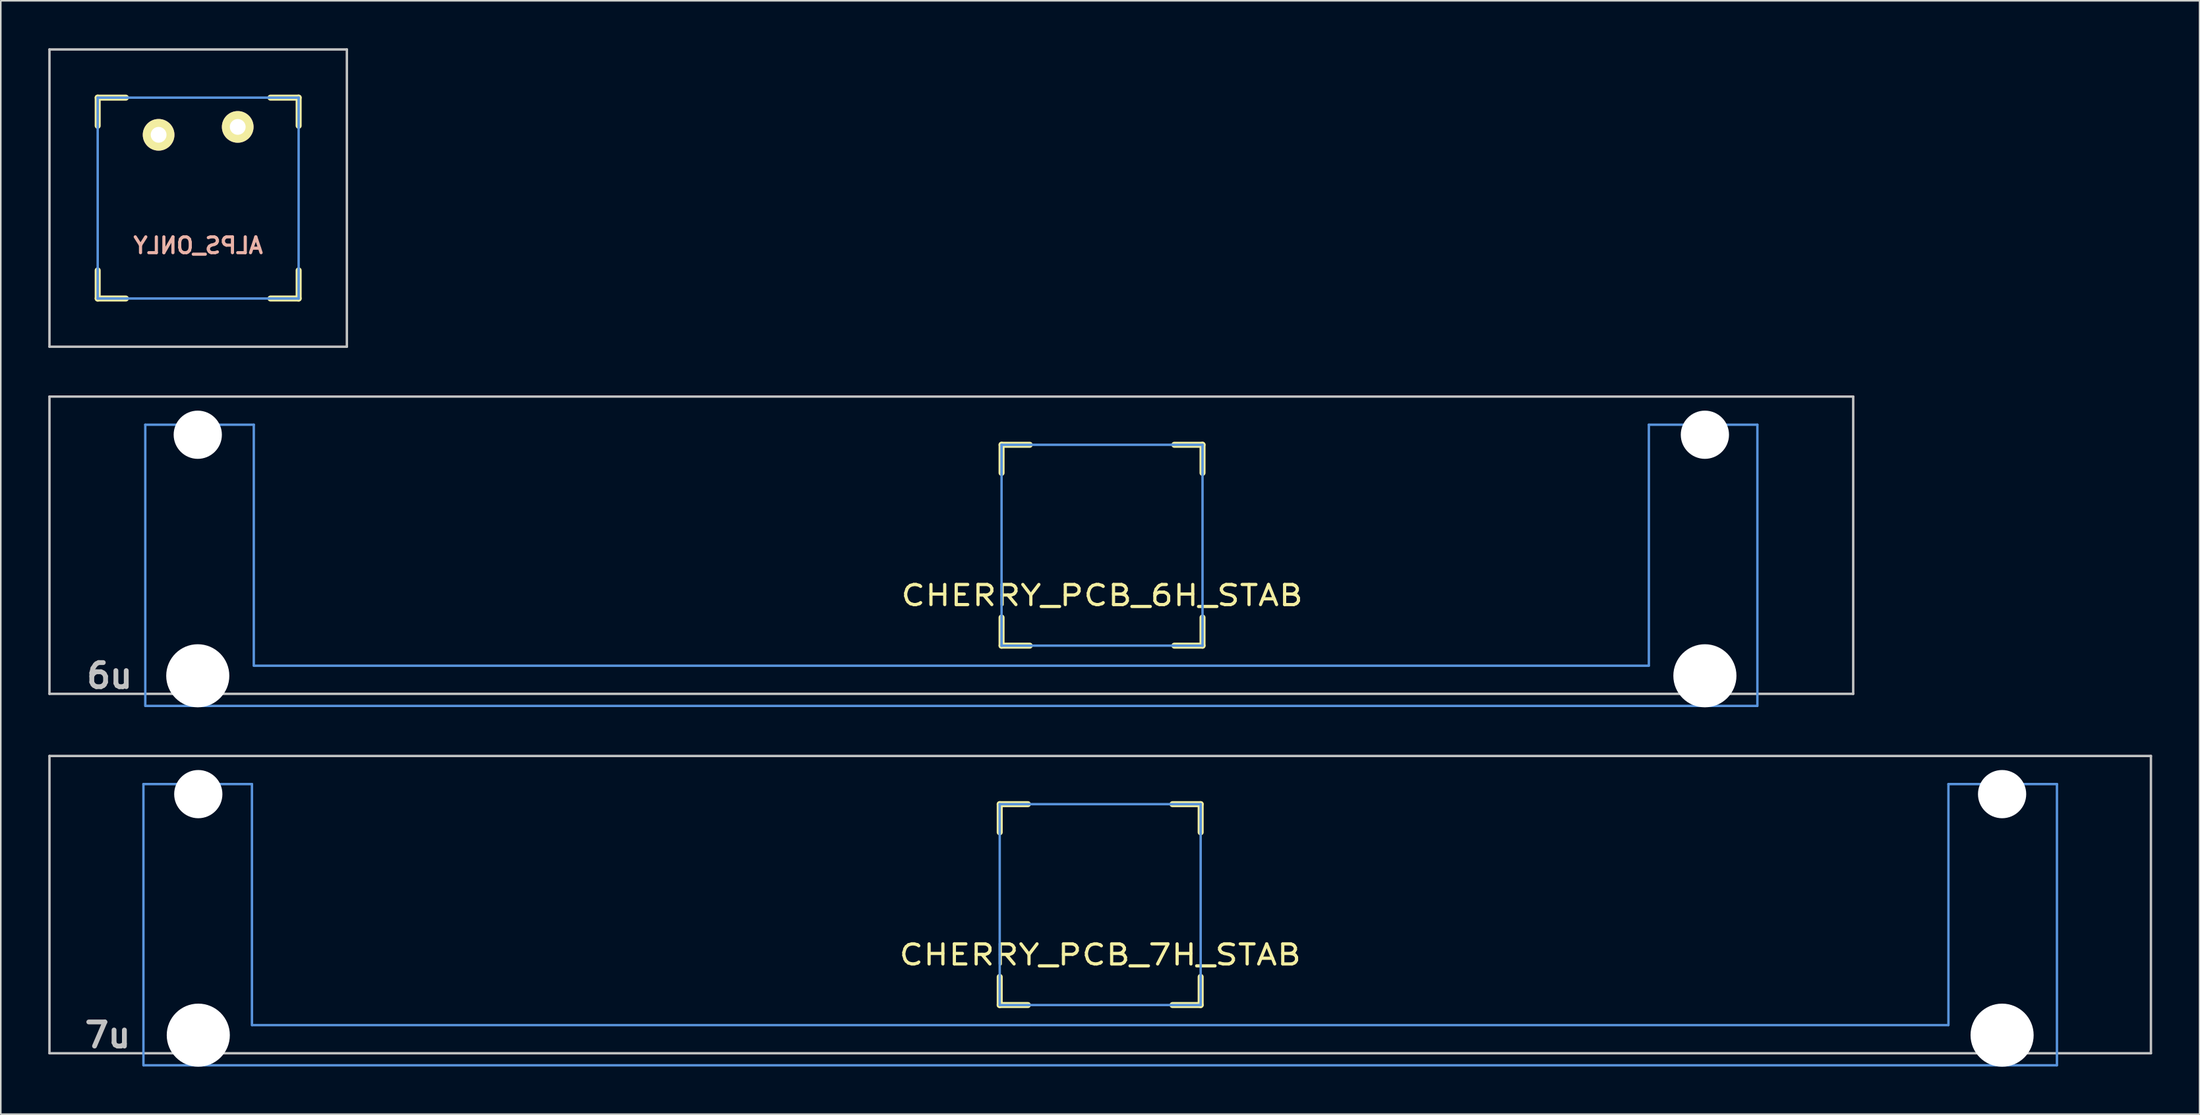
<source format=kicad_pcb>
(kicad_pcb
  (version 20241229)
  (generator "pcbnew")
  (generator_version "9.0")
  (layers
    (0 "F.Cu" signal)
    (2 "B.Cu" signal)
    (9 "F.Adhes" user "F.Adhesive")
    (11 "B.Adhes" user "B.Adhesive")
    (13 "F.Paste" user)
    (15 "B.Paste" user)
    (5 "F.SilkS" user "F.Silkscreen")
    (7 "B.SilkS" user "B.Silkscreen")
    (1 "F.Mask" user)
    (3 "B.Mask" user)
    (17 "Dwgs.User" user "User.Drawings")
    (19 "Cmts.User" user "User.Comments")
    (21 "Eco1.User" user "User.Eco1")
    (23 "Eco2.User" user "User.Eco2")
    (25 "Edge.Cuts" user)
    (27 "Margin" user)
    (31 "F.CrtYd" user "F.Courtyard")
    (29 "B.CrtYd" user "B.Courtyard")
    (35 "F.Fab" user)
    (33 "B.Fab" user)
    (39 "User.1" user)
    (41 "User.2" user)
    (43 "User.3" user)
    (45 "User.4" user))
  (footprint "CHERRY_PCB_6H_STAB"
    (layer "F.Cu")
    (at 57.074 31.423)
    (property "Reference" "CHERRY_PCB_6H_STAB" (at 9.525 3.175 0) (layer "F.SilkS") (effects (font (size 1.27 1.524) (thickness 0.203))))
    (attr through_hole)
    (fp_line (start 3.175 -6.35) (end 4.953 -6.35) (stroke (width 0.381) (type solid)) (layer "F.SilkS"))
    (fp_line (start 3.175 -4.572) (end 3.175 -6.35) (stroke (width 0.381) (type solid)) (layer "F.SilkS"))
    (fp_line (start 3.175 6.35) (end 3.175 4.572) (stroke (width 0.381) (type solid)) (layer "F.SilkS"))
    (fp_line (start 4.953 6.35) (end 3.175 6.35) (stroke (width 0.381) (type solid)) (layer "F.SilkS"))
    (fp_line (start 14.097 -6.35) (end 15.875 -6.35) (stroke (width 0.381) (type solid)) (layer "F.SilkS"))
    (fp_line (start 15.875 -6.35) (end 15.875 -4.572) (stroke (width 0.381) (type solid)) (layer "F.SilkS"))
    (fp_line (start 15.875 4.572) (end 15.875 6.35) (stroke (width 0.381) (type solid)) (layer "F.SilkS"))
    (fp_line (start 15.875 6.35) (end 14.097 6.35) (stroke (width 0.381) (type solid)) (layer "F.SilkS"))
    (fp_line (start -56.998 -9.398) (end 56.998 -9.398) (stroke (width 0.152) (type solid)) (layer "Dwgs.User"))
    (fp_line (start -56.998 9.398) (end -56.998 -9.398) (stroke (width 0.152) (type solid)) (layer "Dwgs.User"))
    (fp_line (start 56.998 -9.398) (end 56.998 9.398) (stroke (width 0.152) (type solid)) (layer "Dwgs.User"))
    (fp_line (start 56.998 9.398) (end -56.998 9.398) (stroke (width 0.152) (type solid)) (layer "Dwgs.User"))
    (fp_line (start -50.942 -7.62) (end -50.942 10.16) (stroke (width 0.152) (type solid)) (layer "Cmts.User"))
    (fp_line (start -50.927 10.16) (end 50.927 10.16) (stroke (width 0.152) (type solid)) (layer "Cmts.User"))
    (fp_line (start -44.084 -7.62) (end -50.942 -7.62) (stroke (width 0.152) (type solid)) (layer "Cmts.User"))
    (fp_line (start -44.084 7.62) (end -44.084 -7.62) (stroke (width 0.152) (type solid)) (layer "Cmts.User"))
    (fp_line (start 3.175 -6.35) (end 15.875 -6.35) (stroke (width 0.152) (type solid)) (layer "Cmts.User"))
    (fp_line (start 3.175 6.35) (end 3.175 -6.35) (stroke (width 0.152) (type solid)) (layer "Cmts.User"))
    (fp_line (start 15.875 -6.35) (end 15.875 6.35) (stroke (width 0.152) (type solid)) (layer "Cmts.User"))
    (fp_line (start 15.875 6.35) (end 3.175 6.35) (stroke (width 0.152) (type solid)) (layer "Cmts.User"))
    (fp_line (start 44.069 7.62) (end -44.069 7.62) (stroke (width 0.152) (type solid)) (layer "Cmts.User"))
    (fp_line (start 44.084 -7.62) (end 44.084 7.62) (stroke (width 0.152) (type solid)) (layer "Cmts.User"))
    (fp_line (start 50.942 -7.62) (end 44.084 -7.62) (stroke (width 0.152) (type solid)) (layer "Cmts.User"))
    (fp_line (start 50.942 10.16) (end 50.942 -7.62) (stroke (width 0.152) (type solid)) (layer "Cmts.User"))
    (fp_line (start -51.704 -2.286) (end -50.84 -2.286) (stroke (width 0.152) (type solid)) (layer "Eco2.User"))
    (fp_line (start -51.704 0.508) (end -51.704 -2.286) (stroke (width 0.152) (type solid)) (layer "Eco2.User"))
    (fp_line (start -50.84 -5.69) (end -44.186 -5.69) (stroke (width 0.152) (type solid)) (layer "Eco2.User"))
    (fp_line (start -50.84 -2.286) (end -50.84 -5.69) (stroke (width 0.152) (type solid)) (layer "Eco2.User"))
    (fp_line (start -50.84 0.508) (end -51.704 0.508) (stroke (width 0.152) (type solid)) (layer "Eco2.User"))
    (fp_line (start -50.84 6.604) (end -50.84 0.508) (stroke (width 0.152) (type solid)) (layer "Eco2.User"))
    (fp_line (start -49.799 6.604) (end -50.84 6.604) (stroke (width 0.152) (type solid)) (layer "Eco2.User"))
    (fp_line (start -49.799 7.772) (end -49.799 6.604) (stroke (width 0.152) (type solid)) (layer "Eco2.User"))
    (fp_line (start -45.227 6.604) (end -45.227 7.772) (stroke (width 0.152) (type solid)) (layer "Eco2.User"))
    (fp_line (start -45.227 7.772) (end -49.799 7.772) (stroke (width 0.152) (type solid)) (layer "Eco2.User"))
    (fp_line (start -44.196 -2.286) (end 2.54 -2.286) (stroke (width 0.152) (type solid)) (layer "Eco2.User"))
    (fp_line (start -44.186 -5.69) (end -44.186 -2.286) (stroke (width 0.152) (type solid)) (layer "Eco2.User"))
    (fp_line (start -44.186 2.286) (end -44.186 6.604) (stroke (width 0.152) (type solid)) (layer "Eco2.User"))
    (fp_line (start -44.186 6.604) (end -45.227 6.604) (stroke (width 0.152) (type solid)) (layer "Eco2.User"))
    (fp_line (start 2.54 -6.985) (end 16.51 -6.985) (stroke (width 0.152) (type solid)) (layer "Eco2.User"))
    (fp_line (start 2.54 -2.286) (end 2.54 -6.985) (stroke (width 0.152) (type solid)) (layer "Eco2.User"))
    (fp_line (start 2.54 2.286) (end -44.196 2.286) (stroke (width 0.152) (type solid)) (layer "Eco2.User"))
    (fp_line (start 2.54 6.985) (end 2.54 2.286) (stroke (width 0.152) (type solid)) (layer "Eco2.User"))
    (fp_line (start 16.51 -6.985) (end 16.51 -2.286) (stroke (width 0.152) (type solid)) (layer "Eco2.User"))
    (fp_line (start 16.51 -2.286) (end 44.196 -2.286) (stroke (width 0.152) (type solid)) (layer "Eco2.User"))
    (fp_line (start 16.51 2.286) (end 16.51 6.985) (stroke (width 0.152) (type solid)) (layer "Eco2.User"))
    (fp_line (start 16.51 6.985) (end 2.54 6.985) (stroke (width 0.152) (type solid)) (layer "Eco2.User"))
    (fp_line (start 44.186 -5.69) (end 50.84 -5.69) (stroke (width 0.152) (type solid)) (layer "Eco2.User"))
    (fp_line (start 44.186 -2.286) (end 44.186 -5.69) (stroke (width 0.152) (type solid)) (layer "Eco2.User"))
    (fp_line (start 44.186 6.604) (end 44.186 2.286) (stroke (width 0.152) (type solid)) (layer "Eco2.User"))
    (fp_line (start 44.196 2.286) (end 16.51 2.286) (stroke (width 0.152) (type solid)) (layer "Eco2.User"))
    (fp_line (start 45.227 6.604) (end 44.186 6.604) (stroke (width 0.152) (type solid)) (layer "Eco2.User"))
    (fp_line (start 45.227 7.772) (end 45.227 6.604) (stroke (width 0.152) (type solid)) (layer "Eco2.User"))
    (fp_line (start 49.799 6.604) (end 49.799 7.772) (stroke (width 0.152) (type solid)) (layer "Eco2.User"))
    (fp_line (start 49.799 7.772) (end 45.227 7.772) (stroke (width 0.152) (type solid)) (layer "Eco2.User"))
    (fp_line (start 50.84 -5.69) (end 50.84 -2.286) (stroke (width 0.152) (type solid)) (layer "Eco2.User"))
    (fp_line (start 50.84 -2.286) (end 51.704 -2.286) (stroke (width 0.152) (type solid)) (layer "Eco2.User"))
    (fp_line (start 50.84 0.508) (end 50.84 6.604) (stroke (width 0.152) (type solid)) (layer "Eco2.User"))
    (fp_line (start 50.84 6.604) (end 49.799 6.604) (stroke (width 0.152) (type solid)) (layer "Eco2.User"))
    (fp_line (start 51.704 -2.286) (end 51.704 0.508) (stroke (width 0.152) (type solid)) (layer "Eco2.User"))
    (fp_line (start 51.704 0.508) (end 50.84 0.508) (stroke (width 0.152) (type solid)) (layer "Eco2.User"))
    (fp_text user "6u" (at -53.198 8.255 0) (layer "Dwgs.User") (effects (font (size 1.524 1.524) (thickness 0.305))))
    (pad "" np_thru_hole circle (at -47.625 -6.985) (size 3.048 3.048) (drill 3.048) (layers "*.Cu"))
    (pad "" np_thru_hole circle (at -47.625 8.255) (size 3.988 3.988) (drill 3.988) (layers "*.Cu"))
    (pad "" np_thru_hole circle (at 47.625 -6.985) (size 3.048 3.048) (drill 3.048) (layers "*.Cu"))
    (pad "" np_thru_hole circle (at 47.625 8.255) (size 3.988 3.988) (drill 3.988) (layers "*.Cu")))
  (footprint "ALPS_ONLY"
    (layer "F.Cu")
    (at 9.474 9.474)
    (property "Reference" "ALPS_ONLY" (at 0 3 0) (layer "B.SilkS") (effects (font (size 1 1) (thickness 0.2)) (justify mirror)))
    (attr through_hole)
    (fp_line (start -6.35 -6.35) (end -4.572 -6.35) (stroke (width 0.381) (type solid)) (layer "F.SilkS"))
    (fp_line (start -6.35 -4.572) (end -6.35 -6.35) (stroke (width 0.381) (type solid)) (layer "F.SilkS"))
    (fp_line (start -6.35 6.35) (end -6.35 4.572) (stroke (width 0.381) (type solid)) (layer "F.SilkS"))
    (fp_line (start -4.572 6.35) (end -6.35 6.35) (stroke (width 0.381) (type solid)) (layer "F.SilkS"))
    (fp_line (start 4.572 -6.35) (end 6.35 -6.35) (stroke (width 0.381) (type solid)) (layer "F.SilkS"))
    (fp_line (start 6.35 -6.35) (end 6.35 -4.572) (stroke (width 0.381) (type solid)) (layer "F.SilkS"))
    (fp_line (start 6.35 4.572) (end 6.35 6.35) (stroke (width 0.381) (type solid)) (layer "F.SilkS"))
    (fp_line (start 6.35 6.35) (end 4.572 6.35) (stroke (width 0.381) (type solid)) (layer "F.SilkS"))
    (fp_line (start -9.398 -9.398) (end 9.398 -9.398) (stroke (width 0.152) (type solid)) (layer "Dwgs.User"))
    (fp_line (start -9.398 9.398) (end -9.398 -9.398) (stroke (width 0.152) (type solid)) (layer "Dwgs.User"))
    (fp_line (start 9.398 -9.398) (end 9.398 9.398) (stroke (width 0.152) (type solid)) (layer "Dwgs.User"))
    (fp_line (start 9.398 9.398) (end -9.398 9.398) (stroke (width 0.152) (type solid)) (layer "Dwgs.User"))
    (fp_line (start -6.35 -6.35) (end 6.35 -6.35) (stroke (width 0.152) (type solid)) (layer "Cmts.User"))
    (fp_line (start -6.35 6.35) (end -6.35 -6.35) (stroke (width 0.152) (type solid)) (layer "Cmts.User"))
    (fp_line (start 6.35 -6.35) (end 6.35 6.35) (stroke (width 0.152) (type solid)) (layer "Cmts.User"))
    (fp_line (start 6.35 6.35) (end -6.35 6.35) (stroke (width 0.152) (type solid)) (layer "Cmts.User"))
    (fp_line (start -7.75 -6.4) (end -6.985 -6.4) (stroke (width 0.152) (type solid)) (layer "Eco2.User"))
    (fp_line (start -7.75 6.4) (end -7.75 -6.4) (stroke (width 0.152) (type solid)) (layer "Eco2.User"))
    (fp_line (start -7.75 6.4) (end -6.985 6.4) (stroke (width 0.152) (type solid)) (layer "Eco2.User"))
    (fp_line (start -6.985 -6.985) (end 6.985 -6.985) (stroke (width 0.152) (type solid)) (layer "Eco2.User"))
    (fp_line (start -6.985 -6.4) (end -6.985 -6.985) (stroke (width 0.152) (type solid)) (layer "Eco2.User"))
    (fp_line (start -6.985 6.4) (end -6.985 6.985) (stroke (width 0.152) (type solid)) (layer "Eco2.User"))
    (fp_line (start 6.985 -6.4) (end 6.985 -6.985) (stroke (width 0.152) (type solid)) (layer "Eco2.User"))
    (fp_line (start 6.985 6.4) (end 7.75 6.4) (stroke (width 0.152) (type solid)) (layer "Eco2.User"))
    (fp_line (start 6.985 6.985) (end -6.985 6.985) (stroke (width 0.152) (type solid)) (layer "Eco2.User"))
    (fp_line (start 6.985 6.985) (end 6.985 6.4) (stroke (width 0.152) (type solid)) (layer "Eco2.User"))
    (fp_line (start 7.75 -6.4) (end 6.985 -6.4) (stroke (width 0.152) (type solid)) (layer "Eco2.User"))
    (fp_line (start 7.75 6.4) (end 7.75 -6.4) (stroke (width 0.152) (type solid)) (layer "Eco2.User"))
    (pad "SW1" thru_hole circle (at -2.5 -4 330.95) (size 2 2) (drill 1) (layers "*.Cu" "*.Mask" "F.SilkS"))
    (pad "SW2" thru_hole circle (at 2.5 -4.5 356.1) (size 2 2) (drill 1) (layers "*.Cu" "*.Mask" "F.SilkS")))
  (footprint "CHERRY_PCB_7H_STAB"
    (layer "F.Cu")
    (at 66.482 54.146)
    (property "Reference" "CHERRY_PCB_7H_STAB" (at 0 3.175 0) (layer "F.SilkS") (effects (font (size 1.27 1.524) (thickness 0.203))))
    (attr through_hole)
    (fp_line (start -6.35 -6.35) (end -4.572 -6.35) (stroke (width 0.381) (type solid)) (layer "F.SilkS"))
    (fp_line (start -6.35 -4.572) (end -6.35 -6.35) (stroke (width 0.381) (type solid)) (layer "F.SilkS"))
    (fp_line (start -6.35 6.35) (end -6.35 4.572) (stroke (width 0.381) (type solid)) (layer "F.SilkS"))
    (fp_line (start -4.572 6.35) (end -6.35 6.35) (stroke (width 0.381) (type solid)) (layer "F.SilkS"))
    (fp_line (start 4.572 -6.35) (end 6.35 -6.35) (stroke (width 0.381) (type solid)) (layer "F.SilkS"))
    (fp_line (start 6.35 -6.35) (end 6.35 -4.572) (stroke (width 0.381) (type solid)) (layer "F.SilkS"))
    (fp_line (start 6.35 4.572) (end 6.35 6.35) (stroke (width 0.381) (type solid)) (layer "F.SilkS"))
    (fp_line (start 6.35 6.35) (end 4.572 6.35) (stroke (width 0.381) (type solid)) (layer "F.SilkS"))
    (fp_line (start -66.406 -9.398) (end 66.406 -9.398) (stroke (width 0.152) (type solid)) (layer "Dwgs.User"))
    (fp_line (start -66.406 9.398) (end -66.406 -9.398) (stroke (width 0.152) (type solid)) (layer "Dwgs.User"))
    (fp_line (start 66.406 -9.398) (end 66.406 9.398) (stroke (width 0.152) (type solid)) (layer "Dwgs.User"))
    (fp_line (start 66.406 9.398) (end -66.406 9.398) (stroke (width 0.152) (type solid)) (layer "Dwgs.User"))
    (fp_line (start -60.467 -7.62) (end -60.467 10.16) (stroke (width 0.152) (type solid)) (layer "Cmts.User"))
    (fp_line (start -60.452 10.16) (end 60.452 10.16) (stroke (width 0.152) (type solid)) (layer "Cmts.User"))
    (fp_line (start -53.609 -7.62) (end -60.467 -7.62) (stroke (width 0.152) (type solid)) (layer "Cmts.User"))
    (fp_line (start -53.609 7.62) (end -53.609 -7.62) (stroke (width 0.152) (type solid)) (layer "Cmts.User"))
    (fp_line (start -6.35 -6.35) (end 6.35 -6.35) (stroke (width 0.152) (type solid)) (layer "Cmts.User"))
    (fp_line (start -6.35 6.35) (end -6.35 -6.35) (stroke (width 0.152) (type solid)) (layer "Cmts.User"))
    (fp_line (start 6.35 -6.35) (end 6.35 6.35) (stroke (width 0.152) (type solid)) (layer "Cmts.User"))
    (fp_line (start 6.35 6.35) (end -6.35 6.35) (stroke (width 0.152) (type solid)) (layer "Cmts.User"))
    (fp_line (start 53.594 7.62) (end -53.594 7.62) (stroke (width 0.152) (type solid)) (layer "Cmts.User"))
    (fp_line (start 53.609 -7.62) (end 53.609 7.62) (stroke (width 0.152) (type solid)) (layer "Cmts.User"))
    (fp_line (start 60.467 -7.62) (end 53.609 -7.62) (stroke (width 0.152) (type solid)) (layer "Cmts.User"))
    (fp_line (start 60.467 10.16) (end 60.467 -7.62) (stroke (width 0.152) (type solid)) (layer "Cmts.User"))
    (fp_line (start -61.229 -2.286) (end -60.365 -2.286) (stroke (width 0.152) (type solid)) (layer "Eco2.User"))
    (fp_line (start -61.229 0.508) (end -61.229 -2.286) (stroke (width 0.152) (type solid)) (layer "Eco2.User"))
    (fp_line (start -60.365 -5.69) (end -53.711 -5.69) (stroke (width 0.152) (type solid)) (layer "Eco2.User"))
    (fp_line (start -60.365 -2.286) (end -60.365 -5.69) (stroke (width 0.152) (type solid)) (layer "Eco2.User"))
    (fp_line (start -60.365 0.508) (end -61.229 0.508) (stroke (width 0.152) (type solid)) (layer "Eco2.User"))
    (fp_line (start -60.365 6.604) (end -60.365 0.508) (stroke (width 0.152) (type solid)) (layer "Eco2.User"))
    (fp_line (start -59.324 6.604) (end -60.365 6.604) (stroke (width 0.152) (type solid)) (layer "Eco2.User"))
    (fp_line (start -59.324 7.772) (end -59.324 6.604) (stroke (width 0.152) (type solid)) (layer "Eco2.User"))
    (fp_line (start -54.752 6.604) (end -54.752 7.772) (stroke (width 0.152) (type solid)) (layer "Eco2.User"))
    (fp_line (start -54.752 7.772) (end -59.324 7.772) (stroke (width 0.152) (type solid)) (layer "Eco2.User"))
    (fp_line (start -53.721 -2.286) (end -6.985 -2.286) (stroke (width 0.152) (type solid)) (layer "Eco2.User"))
    (fp_line (start -53.711 -5.69) (end -53.711 -2.286) (stroke (width 0.152) (type solid)) (layer "Eco2.User"))
    (fp_line (start -53.711 2.286) (end -53.711 6.604) (stroke (width 0.152) (type solid)) (layer "Eco2.User"))
    (fp_line (start -53.711 6.604) (end -54.752 6.604) (stroke (width 0.152) (type solid)) (layer "Eco2.User"))
    (fp_line (start -6.985 -6.985) (end 6.985 -6.985) (stroke (width 0.152) (type solid)) (layer "Eco2.User"))
    (fp_line (start -6.985 -2.286) (end -6.985 -6.985) (stroke (width 0.152) (type solid)) (layer "Eco2.User"))
    (fp_line (start -6.985 2.286) (end -53.721 2.286) (stroke (width 0.152) (type solid)) (layer "Eco2.User"))
    (fp_line (start -6.985 6.985) (end -6.985 2.286) (stroke (width 0.152) (type solid)) (layer "Eco2.User"))
    (fp_line (start 6.985 -6.985) (end 6.985 -2.286) (stroke (width 0.152) (type solid)) (layer "Eco2.User"))
    (fp_line (start 6.985 -2.286) (end 53.721 -2.286) (stroke (width 0.152) (type solid)) (layer "Eco2.User"))
    (fp_line (start 6.985 2.286) (end 6.985 6.985) (stroke (width 0.152) (type solid)) (layer "Eco2.User"))
    (fp_line (start 6.985 6.985) (end -6.985 6.985) (stroke (width 0.152) (type solid)) (layer "Eco2.User"))
    (fp_line (start 53.711 -5.69) (end 60.365 -5.69) (stroke (width 0.152) (type solid)) (layer "Eco2.User"))
    (fp_line (start 53.711 -2.286) (end 53.711 -5.69) (stroke (width 0.152) (type solid)) (layer "Eco2.User"))
    (fp_line (start 53.711 6.604) (end 53.711 2.286) (stroke (width 0.152) (type solid)) (layer "Eco2.User"))
    (fp_line (start 53.721 2.286) (end 6.985 2.286) (stroke (width 0.152) (type solid)) (layer "Eco2.User"))
    (fp_line (start 54.752 6.604) (end 53.711 6.604) (stroke (width 0.152) (type solid)) (layer "Eco2.User"))
    (fp_line (start 54.752 7.772) (end 54.752 6.604) (stroke (width 0.152) (type solid)) (layer "Eco2.User"))
    (fp_line (start 59.324 6.604) (end 59.324 7.772) (stroke (width 0.152) (type solid)) (layer "Eco2.User"))
    (fp_line (start 59.324 7.772) (end 54.752 7.772) (stroke (width 0.152) (type solid)) (layer "Eco2.User"))
    (fp_line (start 60.365 -5.69) (end 60.365 -2.286) (stroke (width 0.152) (type solid)) (layer "Eco2.User"))
    (fp_line (start 60.365 -2.286) (end 61.229 -2.286) (stroke (width 0.152) (type solid)) (layer "Eco2.User"))
    (fp_line (start 60.365 0.508) (end 60.365 6.604) (stroke (width 0.152) (type solid)) (layer "Eco2.User"))
    (fp_line (start 60.365 6.604) (end 59.324 6.604) (stroke (width 0.152) (type solid)) (layer "Eco2.User"))
    (fp_line (start 61.229 -2.286) (end 61.229 0.508) (stroke (width 0.152) (type solid)) (layer "Eco2.User"))
    (fp_line (start 61.229 0.508) (end 60.365 0.508) (stroke (width 0.152) (type solid)) (layer "Eco2.User"))
    (fp_text user "7u" (at -62.723 8.255 0) (layer "Dwgs.User") (effects (font (size 1.524 1.524) (thickness 0.305))))
    (pad "" np_thru_hole circle (at -57 -6.985) (size 3.048 3.048) (drill 3.048) (layers "*.Cu"))
    (pad "" np_thru_hole circle (at -57 8.255) (size 3.988 3.988) (drill 3.988) (layers "*.Cu"))
    (pad "" np_thru_hole circle (at 57 -6.985) (size 3.048 3.048) (drill 3.048) (layers "*.Cu"))
    (pad "" np_thru_hole circle (at 57 8.255) (size 3.988 3.988) (drill 3.988) (layers "*.Cu")))
  (gr_rect
    (start -3 -3)
    (end 135.963 67.395)
    (stroke (width 0.1) (type default))
    (fill no)
    (layer "Edge.Cuts")))
</source>
